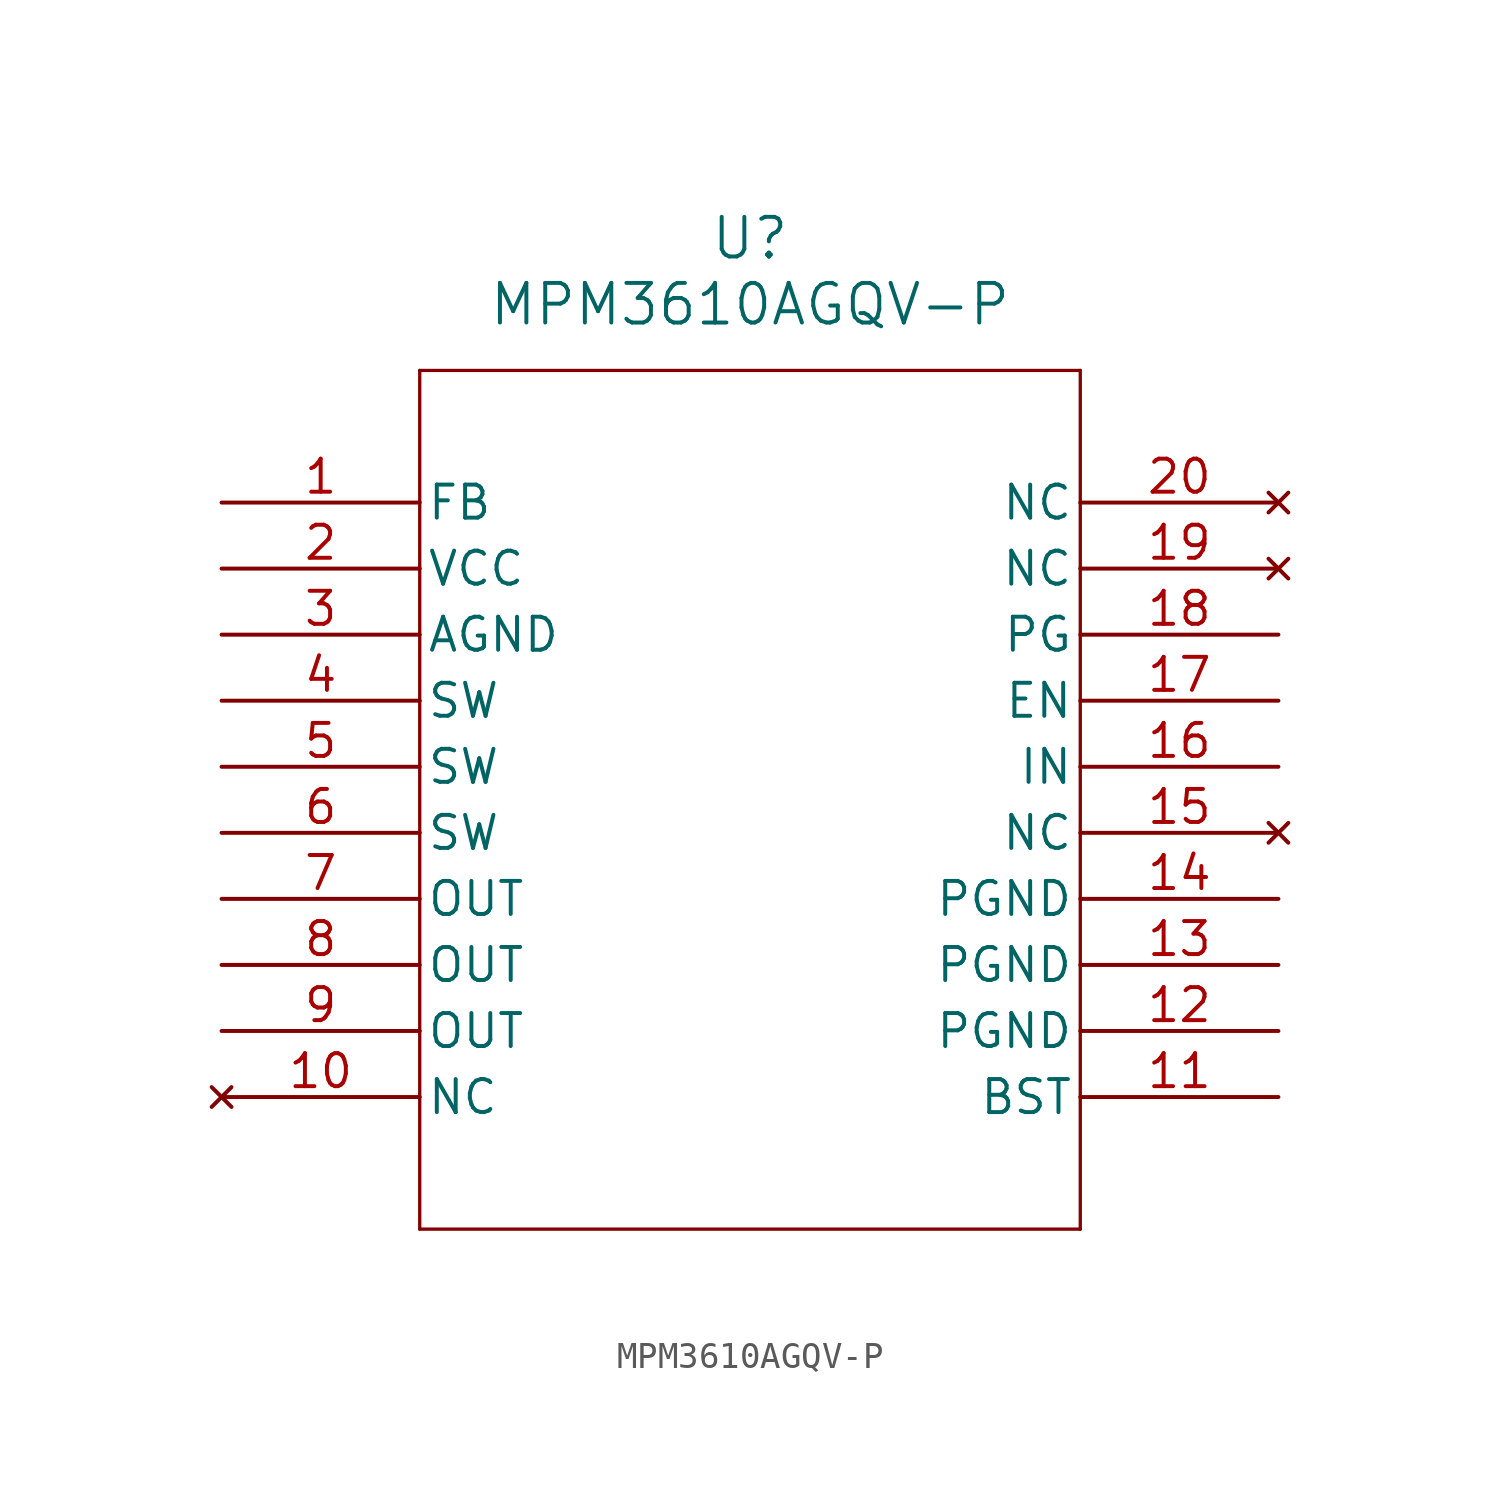
<source format=kicad_sym>
(kicad_symbol_lib
  (version 20211014)
  (generator kicad_symbol_editor)
  (symbol "MPM3610AGQV-P"
    (pin_names
      (offset 0.254))
    (property "Reference" "U"
      (at 20.32 10.16 0)
      (effects (font (size 1.524 1.524))))
    (property "Value" "MPM3610AGQV-P"
      (at 20.32 7.62 0)
      (effects (font (size 1.524 1.524))))
    (symbol "MPM3610AGQV-P_0_1"
      (polyline (pts (xy 7.62 5.08) (xy 7.62 -27.94)) (stroke (width 0.127) (type default) (color 0 0 0 0)) (fill (type none)))
      (polyline (pts (xy 7.62 -27.94) (xy 33.02 -27.94)) (stroke (width 0.127) (type default) (color 0 0 0 0)) (fill (type none)))
      (polyline (pts (xy 33.02 -27.94) (xy 33.02 5.08)) (stroke (width 0.127) (type default) (color 0 0 0 0)) (fill (type none)))
      (polyline (pts (xy 33.02 5.08) (xy 7.62 5.08)) (stroke (width 0.127) (type default) (color 0 0 0 0)) (fill (type none)))
      (pin unspecified line (at 0 0 0) (length 7.62) (name "FB" (effects (font (size 1.27 1.27)))) (number "1" (effects (font (size 1.27 1.27)))))
      (pin power_in line (at 0 -2.54 0) (length 7.62) (name "VCC" (effects (font (size 1.27 1.27)))) (number "2" (effects (font (size 1.27 1.27)))))
      (pin power_out line (at 0 -5.08 0) (length 7.62) (name "AGND" (effects (font (size 1.27 1.27)))) (number "3" (effects (font (size 1.27 1.27)))))
      (pin output line (at 0 -7.62 0) (length 7.62) (name "SW" (effects (font (size 1.27 1.27)))) (number "4" (effects (font (size 1.27 1.27)))))
      (pin output line (at 0 -10.16 0) (length 7.62) (name "SW" (effects (font (size 1.27 1.27)))) (number "5" (effects (font (size 1.27 1.27)))))
      (pin output line (at 0 -12.7 0) (length 7.62) (name "SW" (effects (font (size 1.27 1.27)))) (number "6" (effects (font (size 1.27 1.27)))))
      (pin output line (at 0 -15.24 0) (length 7.62) (name "OUT" (effects (font (size 1.27 1.27)))) (number "7" (effects (font (size 1.27 1.27)))))
      (pin output line (at 0 -17.78 0) (length 7.62) (name "OUT" (effects (font (size 1.27 1.27)))) (number "8" (effects (font (size 1.27 1.27)))))
      (pin output line (at 0 -20.32 0) (length 7.62) (name "OUT" (effects (font (size 1.27 1.27)))) (number "9" (effects (font (size 1.27 1.27)))))
      (pin no_connect line (at 0 -22.86 0) (length 7.62) (name "NC" (effects (font (size 1.27 1.27)))) (number "10" (effects (font (size 1.27 1.27)))))
      (pin unspecified line (at 40.64 -22.86 180) (length 7.62) (name "BST" (effects (font (size 1.27 1.27)))) (number "11" (effects (font (size 1.27 1.27)))))
      (pin power_out line (at 40.64 -20.32 180) (length 7.62) (name "PGND" (effects (font (size 1.27 1.27)))) (number "12" (effects (font (size 1.27 1.27)))))
      (pin power_out line (at 40.64 -17.78 180) (length 7.62) (name "PGND" (effects (font (size 1.27 1.27)))) (number "13" (effects (font (size 1.27 1.27)))))
      (pin power_out line (at 40.64 -15.24 180) (length 7.62) (name "PGND" (effects (font (size 1.27 1.27)))) (number "14" (effects (font (size 1.27 1.27)))))
      (pin no_connect line (at 40.64 -12.7 180) (length 7.62) (name "NC" (effects (font (size 1.27 1.27)))) (number "15" (effects (font (size 1.27 1.27)))))
      (pin unspecified line (at 40.64 -10.16 180) (length 7.62) (name "IN" (effects (font (size 1.27 1.27)))) (number "16" (effects (font (size 1.27 1.27)))))
      (pin unspecified line (at 40.64 -7.62 180) (length 7.62) (name "EN" (effects (font (size 1.27 1.27)))) (number "17" (effects (font (size 1.27 1.27)))))
      (pin output line (at 40.64 -5.08 180) (length 7.62) (name "PG" (effects (font (size 1.27 1.27)))) (number "18" (effects (font (size 1.27 1.27)))))
      (pin no_connect line (at 40.64 -2.54 180) (length 7.62) (name "NC" (effects (font (size 1.27 1.27)))) (number "19" (effects (font (size 1.27 1.27)))))
      (pin no_connect line (at 40.64 0 180) (length 7.62) (name "NC" (effects (font (size 1.27 1.27)))) (number "20" (effects (font (size 1.27 1.27))))))))
</source>
